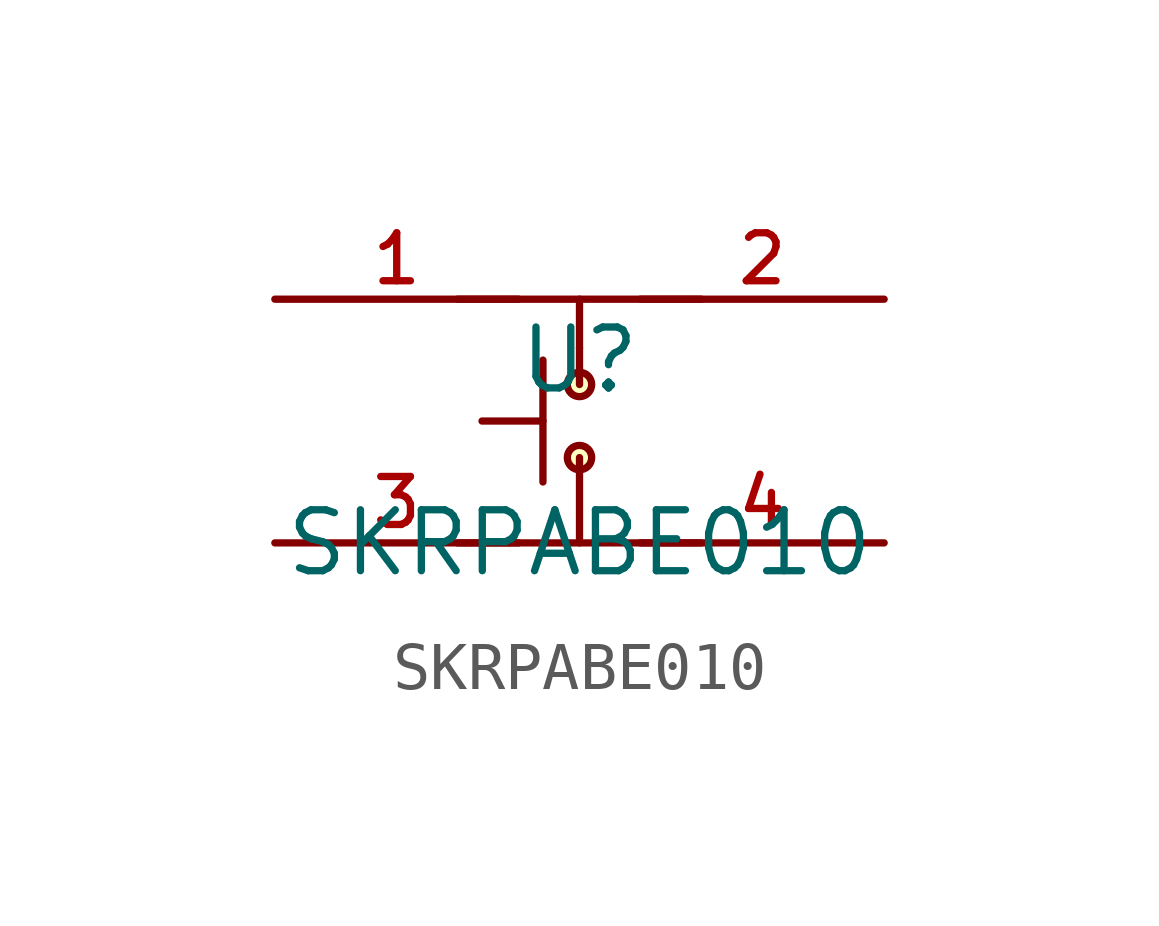
<source format=kicad_sym>
(kicad_symbol_lib
  (version 20210201)
  (generator TousstNicolas/JLC2KiCad_lib)
  (symbol "SKRPABE010"
    (pin_names hide)
    (property "Reference" "U"
      (at 0 1.27 0)
      (effects (font (size 1.27 1.27))))
    (property "Value" "SKRPABE010"
      (at 0 -2.54 0)
      (effects (font (size 1.27 1.27))))
    (symbol "SKRPABE010_0_1"
      (polyline (pts (xy -2.54 2.54) (xy 2.54 2.54)) (stroke (width 0) (type default) (color 0 0 0 0)) (fill (type none)))
      (polyline (pts (xy -2.54 -2.54) (xy 2.54 -2.54)) (stroke (width 0) (type default) (color 0 0 0 0)) (fill (type none)))
      (polyline (pts (xy 0.0 2.54) (xy 0.0 1.524)) (stroke (width 0) (type default) (color 0 0 0 0)) (fill (type none)))
      (polyline (pts (xy 0.0 -2.54) (xy 0.0 -0.762)) (stroke (width 0) (type default) (color 0 0 0 0)) (fill (type none)))
      (polyline (pts (xy 0.0 1.524) (xy 0.0 0.762)) (stroke (width 0) (type default) (color 0 0 0 0)) (fill (type none)))
      (pin unspecified line (at -6.35 2.54 0) (length 5.08) (name "1" (effects (font (size 1 1)))) (number "1" (effects (font (size 1 1)))))
      (pin unspecified line (at 6.35 2.54 180) (length 5.08) (name "2" (effects (font (size 1 1)))) (number "2" (effects (font (size 1 1)))))
      (pin unspecified line (at -6.35 -2.54 0) (length 5.08) (name "3" (effects (font (size 1 1)))) (number "3" (effects (font (size 1 1)))))
      (pin unspecified line (at 6.35 -2.54 180) (length 5.08) (name "4" (effects (font (size 1 1)))) (number "4" (effects (font (size 1 1)))))
      (circle (center 0.0 -0.762) (radius 0.254) (stroke (width 0) (type default) (color 0 0 0 0)) (fill (type background)))
      (circle (center 0.0 0.762) (radius 0.254) (stroke (width 0) (type default) (color 0 0 0 0)) (fill (type background)))
      (polyline (pts (xy -0.762 -1.27) (xy -0.762 1.27)) (stroke (width 0) (type default) (color 0 0 0 0)) (fill (type none)))
      (polyline (pts (xy -0.762 -0.0) (xy -2.032 -0.0)) (stroke (width 0) (type default) (color 0 0 0 0)) (fill (type none))))))
</source>
